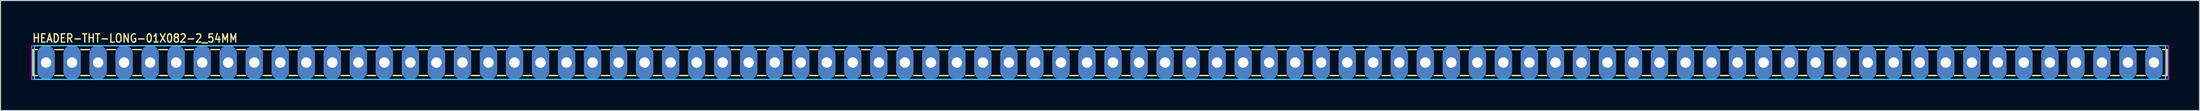
<source format=kicad_pcb>
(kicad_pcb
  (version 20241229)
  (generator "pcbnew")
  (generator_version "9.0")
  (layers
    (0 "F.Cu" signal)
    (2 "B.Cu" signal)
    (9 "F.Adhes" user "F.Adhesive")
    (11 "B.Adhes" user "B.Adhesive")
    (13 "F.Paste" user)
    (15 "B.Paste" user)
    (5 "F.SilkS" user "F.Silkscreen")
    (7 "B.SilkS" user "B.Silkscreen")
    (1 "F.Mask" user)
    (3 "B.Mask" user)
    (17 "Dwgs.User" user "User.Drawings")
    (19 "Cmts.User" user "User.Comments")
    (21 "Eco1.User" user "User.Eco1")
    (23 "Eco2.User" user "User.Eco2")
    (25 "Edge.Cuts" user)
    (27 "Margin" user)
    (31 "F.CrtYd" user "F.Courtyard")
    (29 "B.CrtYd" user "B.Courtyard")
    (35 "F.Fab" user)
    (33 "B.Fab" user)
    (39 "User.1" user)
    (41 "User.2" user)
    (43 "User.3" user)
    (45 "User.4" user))
  (footprint "HEADER-THT-LONG-01X082-2_54MM"
    (layer "F.Cu")
    (at 1.447 3.079)
    (property "Reference" "HEADER-THT-LONG-01X082-2_54MM" (at -1.4 -1.9 0) (unlocked yes) (layer "F.SilkS") (effects (font (size 0.813 0.695) (thickness 0.122)) (justify left bottom)))
    (fp_line (start -1.27 -1.27) (end -1.27 1.27) (stroke (width 0.127) (type solid)) (layer "F.SilkS"))
    (fp_line (start -1.27 1.27) (end -0.85 1.27) (stroke (width 0.127) (type solid)) (layer "F.SilkS"))
    (fp_line (start -0.85 -1.27) (end -1.27 -1.27) (stroke (width 0.127) (type solid)) (layer "F.SilkS"))
    (fp_line (start 0.85 -1.27) (end 1.69 -1.27) (stroke (width 0.127) (type solid)) (layer "F.SilkS"))
    (fp_line (start 0.85 1.27) (end 1.69 1.27) (stroke (width 0.127) (type solid)) (layer "F.SilkS"))
    (fp_line (start 3.39 -1.27) (end 4.23 -1.27) (stroke (width 0.127) (type solid)) (layer "F.SilkS"))
    (fp_line (start 3.39 1.27) (end 4.23 1.27) (stroke (width 0.127) (type solid)) (layer "F.SilkS"))
    (fp_line (start 5.93 -1.27) (end 6.77 -1.27) (stroke (width 0.127) (type solid)) (layer "F.SilkS"))
    (fp_line (start 5.93 1.27) (end 6.77 1.27) (stroke (width 0.127) (type solid)) (layer "F.SilkS"))
    (fp_line (start 8.47 -1.27) (end 9.31 -1.27) (stroke (width 0.127) (type solid)) (layer "F.SilkS"))
    (fp_line (start 8.47 1.27) (end 9.31 1.27) (stroke (width 0.127) (type solid)) (layer "F.SilkS"))
    (fp_line (start 11.01 -1.27) (end 11.85 -1.27) (stroke (width 0.127) (type solid)) (layer "F.SilkS"))
    (fp_line (start 11.01 1.27) (end 11.85 1.27) (stroke (width 0.127) (type solid)) (layer "F.SilkS"))
    (fp_line (start 13.55 -1.27) (end 14.39 -1.27) (stroke (width 0.127) (type solid)) (layer "F.SilkS"))
    (fp_line (start 13.55 1.27) (end 14.39 1.27) (stroke (width 0.127) (type solid)) (layer "F.SilkS"))
    (fp_line (start 16.09 -1.27) (end 16.93 -1.27) (stroke (width 0.127) (type solid)) (layer "F.SilkS"))
    (fp_line (start 16.09 1.27) (end 16.93 1.27) (stroke (width 0.127) (type solid)) (layer "F.SilkS"))
    (fp_line (start 18.63 -1.27) (end 19.47 -1.27) (stroke (width 0.127) (type solid)) (layer "F.SilkS"))
    (fp_line (start 18.63 1.27) (end 19.47 1.27) (stroke (width 0.127) (type solid)) (layer "F.SilkS"))
    (fp_line (start 21.17 -1.27) (end 22.01 -1.27) (stroke (width 0.127) (type solid)) (layer "F.SilkS"))
    (fp_line (start 21.17 1.27) (end 22.01 1.27) (stroke (width 0.127) (type solid)) (layer "F.SilkS"))
    (fp_line (start 23.71 -1.27) (end 24.55 -1.27) (stroke (width 0.127) (type solid)) (layer "F.SilkS"))
    (fp_line (start 23.71 1.27) (end 24.55 1.27) (stroke (width 0.127) (type solid)) (layer "F.SilkS"))
    (fp_line (start 26.25 -1.27) (end 27.09 -1.27) (stroke (width 0.127) (type solid)) (layer "F.SilkS"))
    (fp_line (start 26.25 1.27) (end 27.09 1.27) (stroke (width 0.127) (type solid)) (layer "F.SilkS"))
    (fp_line (start 28.79 -1.27) (end 29.63 -1.27) (stroke (width 0.127) (type solid)) (layer "F.SilkS"))
    (fp_line (start 28.79 1.27) (end 29.63 1.27) (stroke (width 0.127) (type solid)) (layer "F.SilkS"))
    (fp_line (start 31.33 -1.27) (end 32.17 -1.27) (stroke (width 0.127) (type solid)) (layer "F.SilkS"))
    (fp_line (start 31.33 1.27) (end 32.17 1.27) (stroke (width 0.127) (type solid)) (layer "F.SilkS"))
    (fp_line (start 33.87 -1.27) (end 34.71 -1.27) (stroke (width 0.127) (type solid)) (layer "F.SilkS"))
    (fp_line (start 33.87 1.27) (end 34.71 1.27) (stroke (width 0.127) (type solid)) (layer "F.SilkS"))
    (fp_line (start 36.41 -1.27) (end 37.25 -1.27) (stroke (width 0.127) (type solid)) (layer "F.SilkS"))
    (fp_line (start 36.41 1.27) (end 37.25 1.27) (stroke (width 0.127) (type solid)) (layer "F.SilkS"))
    (fp_line (start 38.95 -1.27) (end 39.79 -1.27) (stroke (width 0.127) (type solid)) (layer "F.SilkS"))
    (fp_line (start 38.95 1.27) (end 39.79 1.27) (stroke (width 0.127) (type solid)) (layer "F.SilkS"))
    (fp_line (start 41.49 -1.27) (end 42.33 -1.27) (stroke (width 0.127) (type solid)) (layer "F.SilkS"))
    (fp_line (start 41.49 1.27) (end 42.33 1.27) (stroke (width 0.127) (type solid)) (layer "F.SilkS"))
    (fp_line (start 44.03 -1.27) (end 44.87 -1.27) (stroke (width 0.127) (type solid)) (layer "F.SilkS"))
    (fp_line (start 44.03 1.27) (end 44.87 1.27) (stroke (width 0.127) (type solid)) (layer "F.SilkS"))
    (fp_line (start 46.57 -1.27) (end 47.41 -1.27) (stroke (width 0.127) (type solid)) (layer "F.SilkS"))
    (fp_line (start 46.57 1.27) (end 47.41 1.27) (stroke (width 0.127) (type solid)) (layer "F.SilkS"))
    (fp_line (start 49.11 -1.27) (end 49.95 -1.27) (stroke (width 0.127) (type solid)) (layer "F.SilkS"))
    (fp_line (start 49.11 1.27) (end 49.95 1.27) (stroke (width 0.127) (type solid)) (layer "F.SilkS"))
    (fp_line (start 51.65 -1.27) (end 52.49 -1.27) (stroke (width 0.127) (type solid)) (layer "F.SilkS"))
    (fp_line (start 51.65 1.27) (end 52.49 1.27) (stroke (width 0.127) (type solid)) (layer "F.SilkS"))
    (fp_line (start 54.19 -1.27) (end 55.03 -1.27) (stroke (width 0.127) (type solid)) (layer "F.SilkS"))
    (fp_line (start 54.19 1.27) (end 55.03 1.27) (stroke (width 0.127) (type solid)) (layer "F.SilkS"))
    (fp_line (start 56.73 -1.27) (end 57.57 -1.27) (stroke (width 0.127) (type solid)) (layer "F.SilkS"))
    (fp_line (start 56.73 1.27) (end 57.57 1.27) (stroke (width 0.127) (type solid)) (layer "F.SilkS"))
    (fp_line (start 59.27 -1.27) (end 60.11 -1.27) (stroke (width 0.127) (type solid)) (layer "F.SilkS"))
    (fp_line (start 59.27 1.27) (end 60.11 1.27) (stroke (width 0.127) (type solid)) (layer "F.SilkS"))
    (fp_line (start 61.81 -1.27) (end 62.65 -1.27) (stroke (width 0.127) (type solid)) (layer "F.SilkS"))
    (fp_line (start 61.81 1.27) (end 62.65 1.27) (stroke (width 0.127) (type solid)) (layer "F.SilkS"))
    (fp_line (start 64.35 -1.27) (end 65.19 -1.27) (stroke (width 0.127) (type solid)) (layer "F.SilkS"))
    (fp_line (start 64.35 1.27) (end 65.19 1.27) (stroke (width 0.127) (type solid)) (layer "F.SilkS"))
    (fp_line (start 66.89 -1.27) (end 67.73 -1.27) (stroke (width 0.127) (type solid)) (layer "F.SilkS"))
    (fp_line (start 66.89 1.27) (end 67.73 1.27) (stroke (width 0.127) (type solid)) (layer "F.SilkS"))
    (fp_line (start 69.43 -1.27) (end 70.27 -1.27) (stroke (width 0.127) (type solid)) (layer "F.SilkS"))
    (fp_line (start 69.43 1.27) (end 70.27 1.27) (stroke (width 0.127) (type solid)) (layer "F.SilkS"))
    (fp_line (start 71.97 -1.27) (end 72.81 -1.27) (stroke (width 0.127) (type solid)) (layer "F.SilkS"))
    (fp_line (start 71.97 1.27) (end 72.81 1.27) (stroke (width 0.127) (type solid)) (layer "F.SilkS"))
    (fp_line (start 74.51 -1.27) (end 75.35 -1.27) (stroke (width 0.127) (type solid)) (layer "F.SilkS"))
    (fp_line (start 74.51 1.27) (end 75.35 1.27) (stroke (width 0.127) (type solid)) (layer "F.SilkS"))
    (fp_line (start 77.05 -1.27) (end 77.89 -1.27) (stroke (width 0.127) (type solid)) (layer "F.SilkS"))
    (fp_line (start 77.05 1.27) (end 77.89 1.27) (stroke (width 0.127) (type solid)) (layer "F.SilkS"))
    (fp_line (start 79.59 -1.27) (end 80.43 -1.27) (stroke (width 0.127) (type solid)) (layer "F.SilkS"))
    (fp_line (start 79.59 1.27) (end 80.43 1.27) (stroke (width 0.127) (type solid)) (layer "F.SilkS"))
    (fp_line (start 82.13 -1.27) (end 82.97 -1.27) (stroke (width 0.127) (type solid)) (layer "F.SilkS"))
    (fp_line (start 82.13 1.27) (end 82.97 1.27) (stroke (width 0.127) (type solid)) (layer "F.SilkS"))
    (fp_line (start 84.67 -1.27) (end 85.51 -1.27) (stroke (width 0.127) (type solid)) (layer "F.SilkS"))
    (fp_line (start 84.67 1.27) (end 85.51 1.27) (stroke (width 0.127) (type solid)) (layer "F.SilkS"))
    (fp_line (start 87.21 -1.27) (end 88.05 -1.27) (stroke (width 0.127) (type solid)) (layer "F.SilkS"))
    (fp_line (start 87.21 1.27) (end 88.05 1.27) (stroke (width 0.127) (type solid)) (layer "F.SilkS"))
    (fp_line (start 89.75 -1.27) (end 90.59 -1.27) (stroke (width 0.127) (type solid)) (layer "F.SilkS"))
    (fp_line (start 89.75 1.27) (end 90.59 1.27) (stroke (width 0.127) (type solid)) (layer "F.SilkS"))
    (fp_line (start 92.29 -1.27) (end 93.13 -1.27) (stroke (width 0.127) (type solid)) (layer "F.SilkS"))
    (fp_line (start 92.29 1.27) (end 93.13 1.27) (stroke (width 0.127) (type solid)) (layer "F.SilkS"))
    (fp_line (start 94.83 -1.27) (end 95.67 -1.27) (stroke (width 0.127) (type solid)) (layer "F.SilkS"))
    (fp_line (start 94.83 1.27) (end 95.67 1.27) (stroke (width 0.127) (type solid)) (layer "F.SilkS"))
    (fp_line (start 97.37 -1.27) (end 98.21 -1.27) (stroke (width 0.127) (type solid)) (layer "F.SilkS"))
    (fp_line (start 97.37 1.27) (end 98.21 1.27) (stroke (width 0.127) (type solid)) (layer "F.SilkS"))
    (fp_line (start 99.91 -1.27) (end 100.75 -1.27) (stroke (width 0.127) (type solid)) (layer "F.SilkS"))
    (fp_line (start 99.91 1.27) (end 100.75 1.27) (stroke (width 0.127) (type solid)) (layer "F.SilkS"))
    (fp_line (start 102.45 -1.27) (end 103.29 -1.27) (stroke (width 0.127) (type solid)) (layer "F.SilkS"))
    (fp_line (start 102.45 1.27) (end 103.29 1.27) (stroke (width 0.127) (type solid)) (layer "F.SilkS"))
    (fp_line (start 104.99 -1.27) (end 105.83 -1.27) (stroke (width 0.127) (type solid)) (layer "F.SilkS"))
    (fp_line (start 104.99 1.27) (end 105.83 1.27) (stroke (width 0.127) (type solid)) (layer "F.SilkS"))
    (fp_line (start 107.53 -1.27) (end 108.37 -1.27) (stroke (width 0.127) (type solid)) (layer "F.SilkS"))
    (fp_line (start 107.53 1.27) (end 108.37 1.27) (stroke (width 0.127) (type solid)) (layer "F.SilkS"))
    (fp_line (start 110.07 -1.27) (end 110.91 -1.27) (stroke (width 0.127) (type solid)) (layer "F.SilkS"))
    (fp_line (start 110.07 1.27) (end 110.91 1.27) (stroke (width 0.127) (type solid)) (layer "F.SilkS"))
    (fp_line (start 112.61 -1.27) (end 113.45 -1.27) (stroke (width 0.127) (type solid)) (layer "F.SilkS"))
    (fp_line (start 112.61 1.27) (end 113.45 1.27) (stroke (width 0.127) (type solid)) (layer "F.SilkS"))
    (fp_line (start 115.15 -1.27) (end 115.99 -1.27) (stroke (width 0.127) (type solid)) (layer "F.SilkS"))
    (fp_line (start 115.15 1.27) (end 115.99 1.27) (stroke (width 0.127) (type solid)) (layer "F.SilkS"))
    (fp_line (start 117.69 -1.27) (end 118.53 -1.27) (stroke (width 0.127) (type solid)) (layer "F.SilkS"))
    (fp_line (start 117.69 1.27) (end 118.53 1.27) (stroke (width 0.127) (type solid)) (layer "F.SilkS"))
    (fp_line (start 120.23 -1.27) (end 121.07 -1.27) (stroke (width 0.127) (type solid)) (layer "F.SilkS"))
    (fp_line (start 120.23 1.27) (end 121.07 1.27) (stroke (width 0.127) (type solid)) (layer "F.SilkS"))
    (fp_line (start 122.77 -1.27) (end 123.61 -1.27) (stroke (width 0.127) (type solid)) (layer "F.SilkS"))
    (fp_line (start 122.77 1.27) (end 123.61 1.27) (stroke (width 0.127) (type solid)) (layer "F.SilkS"))
    (fp_line (start 125.31 -1.27) (end 126.15 -1.27) (stroke (width 0.127) (type solid)) (layer "F.SilkS"))
    (fp_line (start 125.31 1.27) (end 126.15 1.27) (stroke (width 0.127) (type solid)) (layer "F.SilkS"))
    (fp_line (start 127.85 -1.27) (end 128.69 -1.27) (stroke (width 0.127) (type solid)) (layer "F.SilkS"))
    (fp_line (start 127.85 1.27) (end 128.69 1.27) (stroke (width 0.127) (type solid)) (layer "F.SilkS"))
    (fp_line (start 130.39 -1.27) (end 131.23 -1.27) (stroke (width 0.127) (type solid)) (layer "F.SilkS"))
    (fp_line (start 130.39 1.27) (end 131.23 1.27) (stroke (width 0.127) (type solid)) (layer "F.SilkS"))
    (fp_line (start 132.93 -1.27) (end 133.77 -1.27) (stroke (width 0.127) (type solid)) (layer "F.SilkS"))
    (fp_line (start 132.93 1.27) (end 133.77 1.27) (stroke (width 0.127) (type solid)) (layer "F.SilkS"))
    (fp_line (start 135.47 -1.27) (end 136.31 -1.27) (stroke (width 0.127) (type solid)) (layer "F.SilkS"))
    (fp_line (start 135.47 1.27) (end 136.31 1.27) (stroke (width 0.127) (type solid)) (layer "F.SilkS"))
    (fp_line (start 138.01 -1.27) (end 138.85 -1.27) (stroke (width 0.127) (type solid)) (layer "F.SilkS"))
    (fp_line (start 138.01 1.27) (end 138.85 1.27) (stroke (width 0.127) (type solid)) (layer "F.SilkS"))
    (fp_line (start 140.55 -1.27) (end 141.39 -1.27) (stroke (width 0.127) (type solid)) (layer "F.SilkS"))
    (fp_line (start 140.55 1.27) (end 141.39 1.27) (stroke (width 0.127) (type solid)) (layer "F.SilkS"))
    (fp_line (start 143.09 -1.27) (end 143.93 -1.27) (stroke (width 0.127) (type solid)) (layer "F.SilkS"))
    (fp_line (start 143.09 1.27) (end 143.93 1.27) (stroke (width 0.127) (type solid)) (layer "F.SilkS"))
    (fp_line (start 145.63 -1.27) (end 146.47 -1.27) (stroke (width 0.127) (type solid)) (layer "F.SilkS"))
    (fp_line (start 145.63 1.27) (end 146.47 1.27) (stroke (width 0.127) (type solid)) (layer "F.SilkS"))
    (fp_line (start 148.17 -1.27) (end 149.01 -1.27) (stroke (width 0.127) (type solid)) (layer "F.SilkS"))
    (fp_line (start 148.17 1.27) (end 149.01 1.27) (stroke (width 0.127) (type solid)) (layer "F.SilkS"))
    (fp_line (start 150.71 -1.27) (end 151.55 -1.27) (stroke (width 0.127) (type solid)) (layer "F.SilkS"))
    (fp_line (start 150.71 1.27) (end 151.55 1.27) (stroke (width 0.127) (type solid)) (layer "F.SilkS"))
    (fp_line (start 153.25 -1.27) (end 154.09 -1.27) (stroke (width 0.127) (type solid)) (layer "F.SilkS"))
    (fp_line (start 153.25 1.27) (end 154.09 1.27) (stroke (width 0.127) (type solid)) (layer "F.SilkS"))
    (fp_line (start 155.79 -1.27) (end 156.63 -1.27) (stroke (width 0.127) (type solid)) (layer "F.SilkS"))
    (fp_line (start 155.79 1.27) (end 156.63 1.27) (stroke (width 0.127) (type solid)) (layer "F.SilkS"))
    (fp_line (start 158.33 -1.27) (end 159.17 -1.27) (stroke (width 0.127) (type solid)) (layer "F.SilkS"))
    (fp_line (start 158.33 1.27) (end 159.17 1.27) (stroke (width 0.127) (type solid)) (layer "F.SilkS"))
    (fp_line (start 160.87 -1.27) (end 161.71 -1.27) (stroke (width 0.127) (type solid)) (layer "F.SilkS"))
    (fp_line (start 160.87 1.27) (end 161.71 1.27) (stroke (width 0.127) (type solid)) (layer "F.SilkS"))
    (fp_line (start 163.41 -1.27) (end 164.25 -1.27) (stroke (width 0.127) (type solid)) (layer "F.SilkS"))
    (fp_line (start 163.41 1.27) (end 164.25 1.27) (stroke (width 0.127) (type solid)) (layer "F.SilkS"))
    (fp_line (start 165.95 -1.27) (end 166.79 -1.27) (stroke (width 0.127) (type solid)) (layer "F.SilkS"))
    (fp_line (start 165.95 1.27) (end 166.79 1.27) (stroke (width 0.127) (type solid)) (layer "F.SilkS"))
    (fp_line (start 168.49 -1.27) (end 169.33 -1.27) (stroke (width 0.127) (type solid)) (layer "F.SilkS"))
    (fp_line (start 168.49 1.27) (end 169.33 1.27) (stroke (width 0.127) (type solid)) (layer "F.SilkS"))
    (fp_line (start 171.03 -1.27) (end 171.87 -1.27) (stroke (width 0.127) (type solid)) (layer "F.SilkS"))
    (fp_line (start 171.03 1.27) (end 171.87 1.27) (stroke (width 0.127) (type solid)) (layer "F.SilkS"))
    (fp_line (start 173.57 -1.27) (end 174.41 -1.27) (stroke (width 0.127) (type solid)) (layer "F.SilkS"))
    (fp_line (start 173.57 1.27) (end 174.41 1.27) (stroke (width 0.127) (type solid)) (layer "F.SilkS"))
    (fp_line (start 176.11 -1.27) (end 176.95 -1.27) (stroke (width 0.127) (type solid)) (layer "F.SilkS"))
    (fp_line (start 176.11 1.27) (end 176.95 1.27) (stroke (width 0.127) (type solid)) (layer "F.SilkS"))
    (fp_line (start 178.65 -1.27) (end 179.49 -1.27) (stroke (width 0.127) (type solid)) (layer "F.SilkS"))
    (fp_line (start 178.65 1.27) (end 179.49 1.27) (stroke (width 0.127) (type solid)) (layer "F.SilkS"))
    (fp_line (start 181.19 -1.27) (end 182.03 -1.27) (stroke (width 0.127) (type solid)) (layer "F.SilkS"))
    (fp_line (start 181.19 1.27) (end 182.03 1.27) (stroke (width 0.127) (type solid)) (layer "F.SilkS"))
    (fp_line (start 183.73 -1.27) (end 184.57 -1.27) (stroke (width 0.127) (type solid)) (layer "F.SilkS"))
    (fp_line (start 183.73 1.27) (end 184.57 1.27) (stroke (width 0.127) (type solid)) (layer "F.SilkS"))
    (fp_line (start 186.27 -1.27) (end 187.11 -1.27) (stroke (width 0.127) (type solid)) (layer "F.SilkS"))
    (fp_line (start 186.27 1.27) (end 187.11 1.27) (stroke (width 0.127) (type solid)) (layer "F.SilkS"))
    (fp_line (start 188.81 -1.27) (end 189.65 -1.27) (stroke (width 0.127) (type solid)) (layer "F.SilkS"))
    (fp_line (start 188.81 1.27) (end 189.65 1.27) (stroke (width 0.127) (type solid)) (layer "F.SilkS"))
    (fp_line (start 191.35 -1.27) (end 192.19 -1.27) (stroke (width 0.127) (type solid)) (layer "F.SilkS"))
    (fp_line (start 191.35 1.27) (end 192.19 1.27) (stroke (width 0.127) (type solid)) (layer "F.SilkS"))
    (fp_line (start 193.89 -1.27) (end 194.73 -1.27) (stroke (width 0.127) (type solid)) (layer "F.SilkS"))
    (fp_line (start 193.89 1.27) (end 194.73 1.27) (stroke (width 0.127) (type solid)) (layer "F.SilkS"))
    (fp_line (start 196.43 -1.27) (end 197.27 -1.27) (stroke (width 0.127) (type solid)) (layer "F.SilkS"))
    (fp_line (start 196.43 1.27) (end 197.27 1.27) (stroke (width 0.127) (type solid)) (layer "F.SilkS"))
    (fp_line (start 198.97 -1.27) (end 199.81 -1.27) (stroke (width 0.127) (type solid)) (layer "F.SilkS"))
    (fp_line (start 198.97 1.27) (end 199.81 1.27) (stroke (width 0.127) (type solid)) (layer "F.SilkS"))
    (fp_line (start 201.51 -1.27) (end 202.35 -1.27) (stroke (width 0.127) (type solid)) (layer "F.SilkS"))
    (fp_line (start 201.51 1.27) (end 202.35 1.27) (stroke (width 0.127) (type solid)) (layer "F.SilkS"))
    (fp_line (start 204.05 -1.27) (end 204.89 -1.27) (stroke (width 0.127) (type solid)) (layer "F.SilkS"))
    (fp_line (start 204.05 1.27) (end 204.89 1.27) (stroke (width 0.127) (type solid)) (layer "F.SilkS"))
    (fp_line (start 206.59 -1.27) (end 207.01 -1.27) (stroke (width 0.127) (type solid)) (layer "F.SilkS"))
    (fp_line (start 207.01 -1.27) (end 207.01 1.27) (stroke (width 0.127) (type solid)) (layer "F.SilkS"))
    (fp_line (start 207.01 1.27) (end 206.59 1.27) (stroke (width 0.127) (type solid)) (layer "F.SilkS"))
    (fp_poly (pts (xy -1.143 -1.651) (xy 206.883 -1.651) (xy 206.883 1.651) (xy -1.143 1.651)) (stroke (width 0.1) (type solid)) (fill no) (layer "B.CrtYd"))
    (fp_poly (pts (xy -1.397 -1.651) (xy 207.137 -1.651) (xy 207.137 1.651) (xy -1.397 1.651)) (stroke (width 0.1) (type solid)) (fill no) (layer "F.CrtYd"))
    (pad "P$1" thru_hole oval (at 0 0 90) (size 3.387 1.693) (drill 1.016) (layers "*.Cu" "*.Mask"))
    (pad "P$2" thru_hole oval (at 2.54 0 90) (size 3.387 1.693) (drill 1.016) (layers "*.Cu" "*.Mask"))
    (pad "P$3" thru_hole oval (at 5.08 0 90) (size 3.387 1.693) (drill 1.016) (layers "*.Cu" "*.Mask"))
    (pad "P$4" thru_hole oval (at 7.62 0 90) (size 3.387 1.693) (drill 1.016) (layers "*.Cu" "*.Mask"))
    (pad "P$5" thru_hole oval (at 10.16 0 90) (size 3.387 1.693) (drill 1.016) (layers "*.Cu" "*.Mask"))
    (pad "P$6" thru_hole oval (at 12.7 0 90) (size 3.387 1.693) (drill 1.016) (layers "*.Cu" "*.Mask"))
    (pad "P$7" thru_hole oval (at 15.24 0 90) (size 3.387 1.693) (drill 1.016) (layers "*.Cu" "*.Mask"))
    (pad "P$8" thru_hole oval (at 17.78 0 90) (size 3.387 1.693) (drill 1.016) (layers "*.Cu" "*.Mask"))
    (pad "P$9" thru_hole oval (at 20.32 0 90) (size 3.387 1.693) (drill 1.016) (layers "*.Cu" "*.Mask"))
    (pad "P$10" thru_hole oval (at 22.86 0 90) (size 3.387 1.693) (drill 1.016) (layers "*.Cu" "*.Mask"))
    (pad "P$11" thru_hole oval (at 25.4 0 90) (size 3.387 1.693) (drill 1.016) (layers "*.Cu" "*.Mask"))
    (pad "P$12" thru_hole oval (at 27.94 0 90) (size 3.387 1.693) (drill 1.016) (layers "*.Cu" "*.Mask"))
    (pad "P$13" thru_hole oval (at 30.48 0 90) (size 3.387 1.693) (drill 1.016) (layers "*.Cu" "*.Mask"))
    (pad "P$14" thru_hole oval (at 33.02 0 90) (size 3.387 1.693) (drill 1.016) (layers "*.Cu" "*.Mask"))
    (pad "P$15" thru_hole oval (at 35.56 0 90) (size 3.387 1.693) (drill 1.016) (layers "*.Cu" "*.Mask"))
    (pad "P$16" thru_hole oval (at 38.1 0 90) (size 3.387 1.693) (drill 1.016) (layers "*.Cu" "*.Mask"))
    (pad "P$17" thru_hole oval (at 40.64 0 90) (size 3.387 1.693) (drill 1.016) (layers "*.Cu" "*.Mask"))
    (pad "P$18" thru_hole oval (at 43.18 0 90) (size 3.387 1.693) (drill 1.016) (layers "*.Cu" "*.Mask"))
    (pad "P$19" thru_hole oval (at 45.72 0 90) (size 3.387 1.693) (drill 1.016) (layers "*.Cu" "*.Mask"))
    (pad "P$20" thru_hole oval (at 48.26 0 90) (size 3.387 1.693) (drill 1.016) (layers "*.Cu" "*.Mask"))
    (pad "P$21" thru_hole oval (at 50.8 0 90) (size 3.387 1.693) (drill 1.016) (layers "*.Cu" "*.Mask"))
    (pad "P$22" thru_hole oval (at 53.34 0 90) (size 3.387 1.693) (drill 1.016) (layers "*.Cu" "*.Mask"))
    (pad "P$23" thru_hole oval (at 55.88 0 90) (size 3.387 1.693) (drill 1.016) (layers "*.Cu" "*.Mask"))
    (pad "P$24" thru_hole oval (at 58.42 0 90) (size 3.387 1.693) (drill 1.016) (layers "*.Cu" "*.Mask"))
    (pad "P$25" thru_hole oval (at 60.96 0 90) (size 3.387 1.693) (drill 1.016) (layers "*.Cu" "*.Mask"))
    (pad "P$26" thru_hole oval (at 63.5 0 90) (size 3.387 1.693) (drill 1.016) (layers "*.Cu" "*.Mask"))
    (pad "P$27" thru_hole oval (at 66.04 0 90) (size 3.387 1.693) (drill 1.016) (layers "*.Cu" "*.Mask"))
    (pad "P$28" thru_hole oval (at 68.58 0 90) (size 3.387 1.693) (drill 1.016) (layers "*.Cu" "*.Mask"))
    (pad "P$29" thru_hole oval (at 71.12 0 90) (size 3.387 1.693) (drill 1.016) (layers "*.Cu" "*.Mask"))
    (pad "P$30" thru_hole oval (at 73.66 0 90) (size 3.387 1.693) (drill 1.016) (layers "*.Cu" "*.Mask"))
    (pad "P$31" thru_hole oval (at 76.2 0 90) (size 3.387 1.693) (drill 1.016) (layers "*.Cu" "*.Mask"))
    (pad "P$32" thru_hole oval (at 78.74 0 90) (size 3.387 1.693) (drill 1.016) (layers "*.Cu" "*.Mask"))
    (pad "P$33" thru_hole oval (at 81.28 0 90) (size 3.387 1.693) (drill 1.016) (layers "*.Cu" "*.Mask"))
    (pad "P$34" thru_hole oval (at 83.82 0 90) (size 3.387 1.693) (drill 1.016) (layers "*.Cu" "*.Mask"))
    (pad "P$35" thru_hole oval (at 86.36 0 90) (size 3.387 1.693) (drill 1.016) (layers "*.Cu" "*.Mask"))
    (pad "P$36" thru_hole oval (at 88.9 0 90) (size 3.387 1.693) (drill 1.016) (layers "*.Cu" "*.Mask"))
    (pad "P$37" thru_hole oval (at 91.44 0 90) (size 3.387 1.693) (drill 1.016) (layers "*.Cu" "*.Mask"))
    (pad "P$38" thru_hole oval (at 93.98 0 90) (size 3.387 1.693) (drill 1.016) (layers "*.Cu" "*.Mask"))
    (pad "P$39" thru_hole oval (at 96.52 0 90) (size 3.387 1.693) (drill 1.016) (layers "*.Cu" "*.Mask"))
    (pad "P$40" thru_hole oval (at 99.06 0 90) (size 3.387 1.693) (drill 1.016) (layers "*.Cu" "*.Mask"))
    (pad "P$41" thru_hole oval (at 101.6 0 90) (size 3.387 1.693) (drill 1.016) (layers "*.Cu" "*.Mask"))
    (pad "P$42" thru_hole oval (at 104.14 0 90) (size 3.387 1.693) (drill 1.016) (layers "*.Cu" "*.Mask"))
    (pad "P$43" thru_hole oval (at 106.68 0 90) (size 3.387 1.693) (drill 1.016) (layers "*.Cu" "*.Mask"))
    (pad "P$44" thru_hole oval (at 109.22 0 90) (size 3.387 1.693) (drill 1.016) (layers "*.Cu" "*.Mask"))
    (pad "P$45" thru_hole oval (at 111.76 0 90) (size 3.387 1.693) (drill 1.016) (layers "*.Cu" "*.Mask"))
    (pad "P$46" thru_hole oval (at 114.3 0 90) (size 3.387 1.693) (drill 1.016) (layers "*.Cu" "*.Mask"))
    (pad "P$47" thru_hole oval (at 116.84 0 90) (size 3.387 1.693) (drill 1.016) (layers "*.Cu" "*.Mask"))
    (pad "P$48" thru_hole oval (at 119.38 0 90) (size 3.387 1.693) (drill 1.016) (layers "*.Cu" "*.Mask"))
    (pad "P$49" thru_hole oval (at 121.92 0 90) (size 3.387 1.693) (drill 1.016) (layers "*.Cu" "*.Mask"))
    (pad "P$50" thru_hole oval (at 124.46 0 90) (size 3.387 1.693) (drill 1.016) (layers "*.Cu" "*.Mask"))
    (pad "P$51" thru_hole oval (at 127 0 90) (size 3.387 1.693) (drill 1.016) (layers "*.Cu" "*.Mask"))
    (pad "P$52" thru_hole oval (at 129.54 0 90) (size 3.387 1.693) (drill 1.016) (layers "*.Cu" "*.Mask"))
    (pad "P$53" thru_hole oval (at 132.08 0 90) (size 3.387 1.693) (drill 1.016) (layers "*.Cu" "*.Mask"))
    (pad "P$54" thru_hole oval (at 134.62 0 90) (size 3.387 1.693) (drill 1.016) (layers "*.Cu" "*.Mask"))
    (pad "P$55" thru_hole oval (at 137.16 0 90) (size 3.387 1.693) (drill 1.016) (layers "*.Cu" "*.Mask"))
    (pad "P$56" thru_hole oval (at 139.7 0 90) (size 3.387 1.693) (drill 1.016) (layers "*.Cu" "*.Mask"))
    (pad "P$57" thru_hole oval (at 142.24 0 90) (size 3.387 1.693) (drill 1.016) (layers "*.Cu" "*.Mask"))
    (pad "P$58" thru_hole oval (at 144.78 0 90) (size 3.387 1.693) (drill 1.016) (layers "*.Cu" "*.Mask"))
    (pad "P$59" thru_hole oval (at 147.32 0 90) (size 3.387 1.693) (drill 1.016) (layers "*.Cu" "*.Mask"))
    (pad "P$60" thru_hole oval (at 149.86 0 90) (size 3.387 1.693) (drill 1.016) (layers "*.Cu" "*.Mask"))
    (pad "P$61" thru_hole oval (at 152.4 0 90) (size 3.387 1.693) (drill 1.016) (layers "*.Cu" "*.Mask"))
    (pad "P$62" thru_hole oval (at 154.94 0 90) (size 3.387 1.693) (drill 1.016) (layers "*.Cu" "*.Mask"))
    (pad "P$63" thru_hole oval (at 157.48 0 90) (size 3.387 1.693) (drill 1.016) (layers "*.Cu" "*.Mask"))
    (pad "P$64" thru_hole oval (at 160.02 0 90) (size 3.387 1.693) (drill 1.016) (layers "*.Cu" "*.Mask"))
    (pad "P$65" thru_hole oval (at 162.56 0 90) (size 3.387 1.693) (drill 1.016) (layers "*.Cu" "*.Mask"))
    (pad "P$66" thru_hole oval (at 165.1 0 90) (size 3.387 1.693) (drill 1.016) (layers "*.Cu" "*.Mask"))
    (pad "P$67" thru_hole oval (at 167.64 0 90) (size 3.387 1.693) (drill 1.016) (layers "*.Cu" "*.Mask"))
    (pad "P$68" thru_hole oval (at 170.18 0 90) (size 3.387 1.693) (drill 1.016) (layers "*.Cu" "*.Mask"))
    (pad "P$69" thru_hole oval (at 172.72 0 90) (size 3.387 1.693) (drill 1.016) (layers "*.Cu" "*.Mask"))
    (pad "P$70" thru_hole oval (at 175.26 0 90) (size 3.387 1.693) (drill 1.016) (layers "*.Cu" "*.Mask"))
    (pad "P$71" thru_hole oval (at 177.8 0 90) (size 3.387 1.693) (drill 1.016) (layers "*.Cu" "*.Mask"))
    (pad "P$72" thru_hole oval (at 180.34 0 90) (size 3.387 1.693) (drill 1.016) (layers "*.Cu" "*.Mask"))
    (pad "P$73" thru_hole oval (at 182.88 0 90) (size 3.387 1.693) (drill 1.016) (layers "*.Cu" "*.Mask"))
    (pad "P$74" thru_hole oval (at 185.42 0 90) (size 3.387 1.693) (drill 1.016) (layers "*.Cu" "*.Mask"))
    (pad "P$75" thru_hole oval (at 187.96 0 90) (size 3.387 1.693) (drill 1.016) (layers "*.Cu" "*.Mask"))
    (pad "P$76" thru_hole oval (at 190.5 0 90) (size 3.387 1.693) (drill 1.016) (layers "*.Cu" "*.Mask"))
    (pad "P$77" thru_hole oval (at 193.04 0 90) (size 3.387 1.693) (drill 1.016) (layers "*.Cu" "*.Mask"))
    (pad "P$78" thru_hole oval (at 195.58 0 90) (size 3.387 1.693) (drill 1.016) (layers "*.Cu" "*.Mask"))
    (pad "P$79" thru_hole oval (at 198.12 0 90) (size 3.387 1.693) (drill 1.016) (layers "*.Cu" "*.Mask"))
    (pad "P$80" thru_hole oval (at 200.66 0 90) (size 3.387 1.693) (drill 1.016) (layers "*.Cu" "*.Mask"))
    (pad "P$81" thru_hole oval (at 203.2 0 90) (size 3.387 1.693) (drill 1.016) (layers "*.Cu" "*.Mask"))
    (pad "P$82" thru_hole oval (at 205.74 0 90) (size 3.387 1.693) (drill 1.016) (layers "*.Cu" "*.Mask")))
  (gr_rect
    (start -3 -3)
    (end 211.634 7.78)
    (stroke (width 0.1) (type default))
    (fill no)
    (layer "Edge.Cuts")))
</source>
